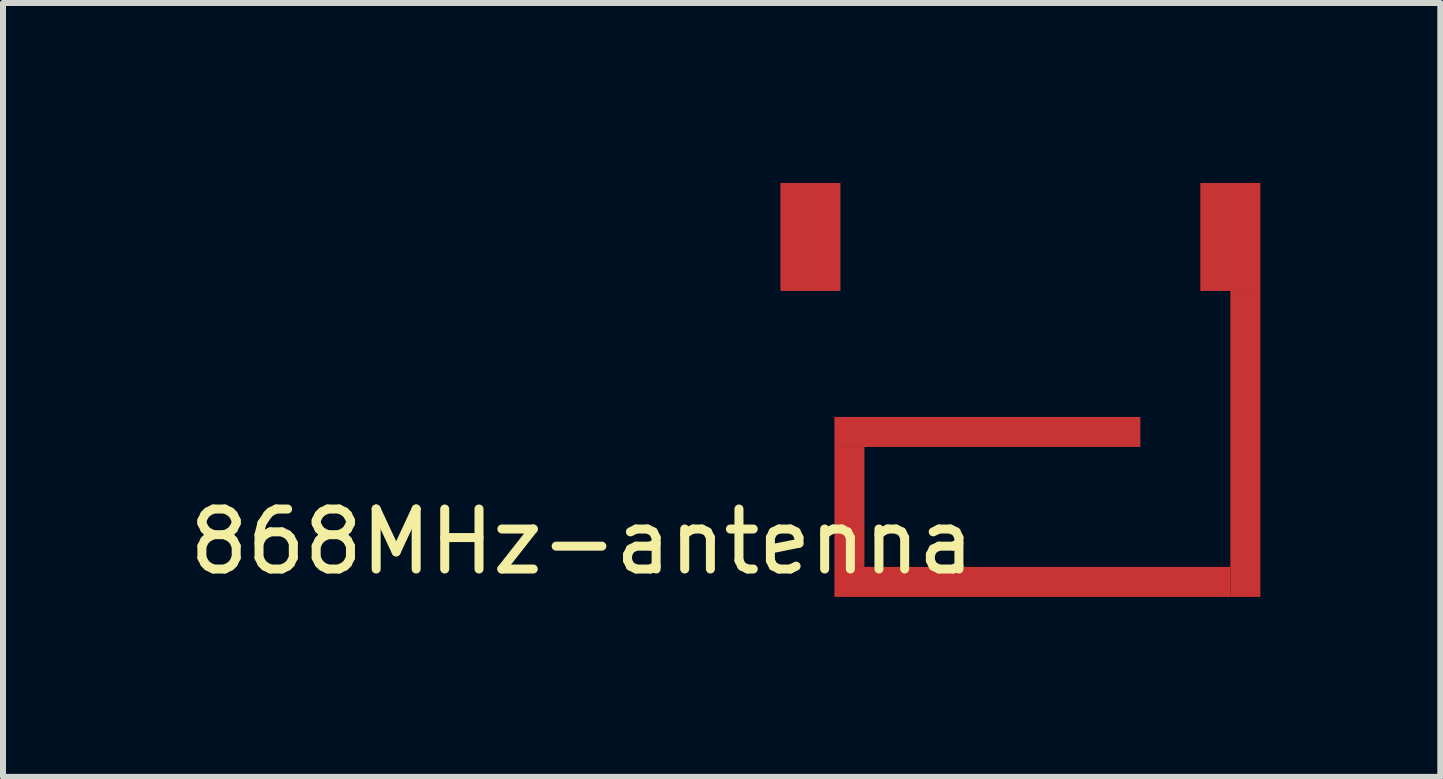
<source format=kicad_pcb>
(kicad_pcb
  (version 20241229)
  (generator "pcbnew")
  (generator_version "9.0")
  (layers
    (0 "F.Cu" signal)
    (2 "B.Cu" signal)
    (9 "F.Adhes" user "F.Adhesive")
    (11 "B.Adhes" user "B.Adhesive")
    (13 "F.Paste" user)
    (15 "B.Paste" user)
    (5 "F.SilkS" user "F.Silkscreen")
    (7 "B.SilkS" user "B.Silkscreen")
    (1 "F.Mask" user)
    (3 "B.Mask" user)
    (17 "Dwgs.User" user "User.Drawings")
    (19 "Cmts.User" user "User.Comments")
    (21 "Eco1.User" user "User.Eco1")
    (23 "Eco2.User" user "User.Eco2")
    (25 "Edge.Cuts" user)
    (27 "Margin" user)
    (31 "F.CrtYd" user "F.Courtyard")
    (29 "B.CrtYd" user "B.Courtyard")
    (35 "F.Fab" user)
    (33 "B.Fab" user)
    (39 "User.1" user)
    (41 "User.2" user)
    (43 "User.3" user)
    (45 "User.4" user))
  (footprint "868MHz-antenna"
    (layer "F.Cu")
    (at 10.459 0.9)
    (property "Reference" "868MHz-antenna" (at -3.81 5.08 0) (layer "F.SilkS") (effects (font (size 1 1) (thickness 0.15))))
    (attr through_hole)
    (pad "" smd rect (at 0.65 4.5) (size 0.5 2) (layers "F.Cu" "F.Mask" "F.Paste"))
    (pad "" smd rect (at 2.95 3.25) (size 5.1 0.5) (layers "F.Cu" "F.Mask" "F.Paste"))
    (pad "" smd rect (at 3.7 5.75) (size 6.6 0.5) (layers "F.Cu" "F.Mask" "F.Paste"))
    (pad "" smd rect (at 7 0) (size 1 1.8) (layers "F.Cu" "F.Mask" "F.Paste"))
    (pad "" smd rect (at 7.25 3.45) (size 0.5 5.1) (layers "F.Cu" "F.Mask" "F.Paste"))
    (pad "1" smd rect (at 0 0) (size 1 1.8) (layers "F.Cu" "F.Mask" "F.Paste")))
  (gr_rect
    (start -3 -3)
    (end 20.959 9.9)
    (stroke (width 0.1) (type default))
    (fill no)
    (layer "Edge.Cuts")))
</source>
